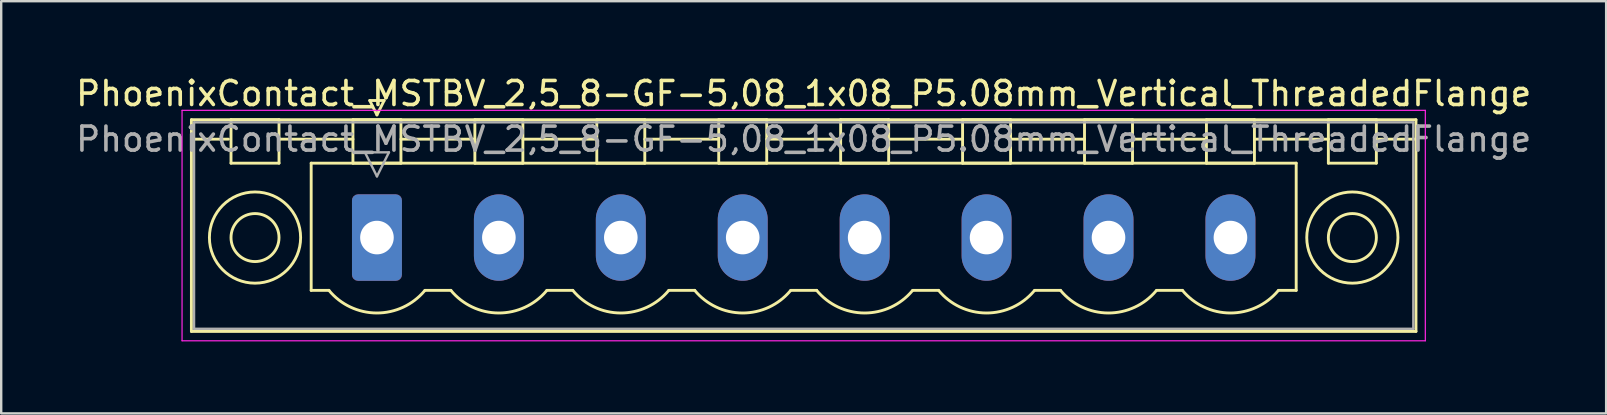
<source format=kicad_pcb>
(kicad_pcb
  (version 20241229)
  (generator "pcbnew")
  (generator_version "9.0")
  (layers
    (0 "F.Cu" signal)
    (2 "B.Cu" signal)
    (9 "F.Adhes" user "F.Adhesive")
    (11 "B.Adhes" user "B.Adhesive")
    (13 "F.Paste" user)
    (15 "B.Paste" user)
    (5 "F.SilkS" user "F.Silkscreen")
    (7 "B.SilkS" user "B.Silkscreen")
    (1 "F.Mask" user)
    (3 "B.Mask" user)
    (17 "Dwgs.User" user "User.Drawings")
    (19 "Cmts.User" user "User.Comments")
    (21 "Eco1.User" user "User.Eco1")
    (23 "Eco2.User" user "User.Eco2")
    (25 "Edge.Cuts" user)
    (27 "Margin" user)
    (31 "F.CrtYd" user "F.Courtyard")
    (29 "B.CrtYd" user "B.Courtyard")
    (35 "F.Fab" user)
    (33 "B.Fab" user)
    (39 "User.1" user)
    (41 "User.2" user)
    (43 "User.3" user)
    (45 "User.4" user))
  (footprint "PhoenixContact_MSTBV_2,5_8-GF-5,08_1x08_P5.08mm_Vertical_ThreadedFlange"
    (layer "F.Cu")
    (at 12.655 6.848)
    (property "Reference" "PhoenixContact_MSTBV_2,5_8-GF-5,08_1x08_P5.08mm_Vertical_ThreadedFlange" (at 17.78 -6 0) (layer "F.SilkS") (effects (font (size 1 1) (thickness 0.15))))
    (attr through_hole)
    (fp_line (start -7.73 -4.91) (end -7.73 3.91) (stroke (width 0.12) (type solid)) (layer "F.SilkS"))
    (fp_line (start -7.73 -4.1) (end -6.19 -4.1) (stroke (width 0.12) (type solid)) (layer "F.SilkS"))
    (fp_line (start -7.73 3.91) (end 43.29 3.91) (stroke (width 0.12) (type solid)) (layer "F.SilkS"))
    (fp_line (start -6.08 -4.91) (end -4.08 -4.91) (stroke (width 0.12) (type solid)) (layer "F.SilkS"))
    (fp_line (start -6.08 -3.1) (end -6.08 -4.91) (stroke (width 0.12) (type solid)) (layer "F.SilkS"))
    (fp_line (start -4.08 -4.91) (end -4.08 -3.1) (stroke (width 0.12) (type solid)) (layer "F.SilkS"))
    (fp_line (start -4.08 -4.1) (end -1 -4.1) (stroke (width 0.12) (type solid)) (layer "F.SilkS"))
    (fp_line (start -4.08 -3.1) (end -6.08 -3.1) (stroke (width 0.12) (type solid)) (layer "F.SilkS"))
    (fp_line (start -2.74 -3.1) (end 38.3 -3.1) (stroke (width 0.12) (type solid)) (layer "F.SilkS"))
    (fp_line (start -2.74 2.2) (end -2.74 -3.1) (stroke (width 0.12) (type solid)) (layer "F.SilkS"))
    (fp_line (start -2 2.2) (end -2.74 2.2) (stroke (width 0.12) (type solid)) (layer "F.SilkS"))
    (fp_line (start -1 -4.91) (end 1 -4.91) (stroke (width 0.12) (type solid)) (layer "F.SilkS"))
    (fp_line (start -1 -3.1) (end -1 -4.91) (stroke (width 0.12) (type solid)) (layer "F.SilkS"))
    (fp_line (start -0.3 -5.71) (end 0.3 -5.71) (stroke (width 0.12) (type solid)) (layer "F.SilkS"))
    (fp_line (start 0 -5.11) (end -0.3 -5.71) (stroke (width 0.12) (type solid)) (layer "F.SilkS"))
    (fp_line (start 0.3 -5.71) (end 0 -5.11) (stroke (width 0.12) (type solid)) (layer "F.SilkS"))
    (fp_line (start 1 -4.91) (end 1 -3.1) (stroke (width 0.12) (type solid)) (layer "F.SilkS"))
    (fp_line (start 1 -4.1) (end 4.08 -4.1) (stroke (width 0.12) (type solid)) (layer "F.SilkS"))
    (fp_line (start 1 -3.1) (end -1 -3.1) (stroke (width 0.12) (type solid)) (layer "F.SilkS"))
    (fp_line (start 2 2.2) (end 3.08 2.2) (stroke (width 0.12) (type solid)) (layer "F.SilkS"))
    (fp_line (start 4.08 -4.91) (end 6.08 -4.91) (stroke (width 0.12) (type solid)) (layer "F.SilkS"))
    (fp_line (start 4.08 -3.1) (end 4.08 -4.91) (stroke (width 0.12) (type solid)) (layer "F.SilkS"))
    (fp_line (start 6.08 -4.91) (end 6.08 -3.1) (stroke (width 0.12) (type solid)) (layer "F.SilkS"))
    (fp_line (start 6.08 -4.1) (end 9.16 -4.1) (stroke (width 0.12) (type solid)) (layer "F.SilkS"))
    (fp_line (start 6.08 -3.1) (end 4.08 -3.1) (stroke (width 0.12) (type solid)) (layer "F.SilkS"))
    (fp_line (start 7.08 2.2) (end 8.16 2.2) (stroke (width 0.12) (type solid)) (layer "F.SilkS"))
    (fp_line (start 9.16 -4.91) (end 11.16 -4.91) (stroke (width 0.12) (type solid)) (layer "F.SilkS"))
    (fp_line (start 9.16 -3.1) (end 9.16 -4.91) (stroke (width 0.12) (type solid)) (layer "F.SilkS"))
    (fp_line (start 11.16 -4.91) (end 11.16 -3.1) (stroke (width 0.12) (type solid)) (layer "F.SilkS"))
    (fp_line (start 11.16 -4.1) (end 14.24 -4.1) (stroke (width 0.12) (type solid)) (layer "F.SilkS"))
    (fp_line (start 11.16 -3.1) (end 9.16 -3.1) (stroke (width 0.12) (type solid)) (layer "F.SilkS"))
    (fp_line (start 12.16 2.2) (end 13.24 2.2) (stroke (width 0.12) (type solid)) (layer "F.SilkS"))
    (fp_line (start 14.24 -4.91) (end 16.24 -4.91) (stroke (width 0.12) (type solid)) (layer "F.SilkS"))
    (fp_line (start 14.24 -3.1) (end 14.24 -4.91) (stroke (width 0.12) (type solid)) (layer "F.SilkS"))
    (fp_line (start 16.24 -4.91) (end 16.24 -3.1) (stroke (width 0.12) (type solid)) (layer "F.SilkS"))
    (fp_line (start 16.24 -4.1) (end 19.32 -4.1) (stroke (width 0.12) (type solid)) (layer "F.SilkS"))
    (fp_line (start 16.24 -3.1) (end 14.24 -3.1) (stroke (width 0.12) (type solid)) (layer "F.SilkS"))
    (fp_line (start 17.24 2.2) (end 18.32 2.2) (stroke (width 0.12) (type solid)) (layer "F.SilkS"))
    (fp_line (start 19.32 -4.91) (end 21.32 -4.91) (stroke (width 0.12) (type solid)) (layer "F.SilkS"))
    (fp_line (start 19.32 -3.1) (end 19.32 -4.91) (stroke (width 0.12) (type solid)) (layer "F.SilkS"))
    (fp_line (start 21.32 -4.91) (end 21.32 -3.1) (stroke (width 0.12) (type solid)) (layer "F.SilkS"))
    (fp_line (start 21.32 -4.1) (end 24.4 -4.1) (stroke (width 0.12) (type solid)) (layer "F.SilkS"))
    (fp_line (start 21.32 -3.1) (end 19.32 -3.1) (stroke (width 0.12) (type solid)) (layer "F.SilkS"))
    (fp_line (start 22.32 2.2) (end 23.4 2.2) (stroke (width 0.12) (type solid)) (layer "F.SilkS"))
    (fp_line (start 24.4 -4.91) (end 26.4 -4.91) (stroke (width 0.12) (type solid)) (layer "F.SilkS"))
    (fp_line (start 24.4 -3.1) (end 24.4 -4.91) (stroke (width 0.12) (type solid)) (layer "F.SilkS"))
    (fp_line (start 26.4 -4.91) (end 26.4 -3.1) (stroke (width 0.12) (type solid)) (layer "F.SilkS"))
    (fp_line (start 26.4 -4.1) (end 29.48 -4.1) (stroke (width 0.12) (type solid)) (layer "F.SilkS"))
    (fp_line (start 26.4 -3.1) (end 24.4 -3.1) (stroke (width 0.12) (type solid)) (layer "F.SilkS"))
    (fp_line (start 27.4 2.2) (end 28.48 2.2) (stroke (width 0.12) (type solid)) (layer "F.SilkS"))
    (fp_line (start 29.48 -4.91) (end 31.48 -4.91) (stroke (width 0.12) (type solid)) (layer "F.SilkS"))
    (fp_line (start 29.48 -3.1) (end 29.48 -4.91) (stroke (width 0.12) (type solid)) (layer "F.SilkS"))
    (fp_line (start 31.48 -4.91) (end 31.48 -3.1) (stroke (width 0.12) (type solid)) (layer "F.SilkS"))
    (fp_line (start 31.48 -4.1) (end 34.56 -4.1) (stroke (width 0.12) (type solid)) (layer "F.SilkS"))
    (fp_line (start 31.48 -3.1) (end 29.48 -3.1) (stroke (width 0.12) (type solid)) (layer "F.SilkS"))
    (fp_line (start 32.48 2.2) (end 33.56 2.2) (stroke (width 0.12) (type solid)) (layer "F.SilkS"))
    (fp_line (start 34.56 -4.91) (end 36.56 -4.91) (stroke (width 0.12) (type solid)) (layer "F.SilkS"))
    (fp_line (start 34.56 -3.1) (end 34.56 -4.91) (stroke (width 0.12) (type solid)) (layer "F.SilkS"))
    (fp_line (start 36.56 -4.91) (end 36.56 -3.1) (stroke (width 0.12) (type solid)) (layer "F.SilkS"))
    (fp_line (start 36.56 -4.1) (end 39.64 -4.1) (stroke (width 0.12) (type solid)) (layer "F.SilkS"))
    (fp_line (start 36.56 -3.1) (end 34.56 -3.1) (stroke (width 0.12) (type solid)) (layer "F.SilkS"))
    (fp_line (start 38.3 -3.1) (end 38.3 2.2) (stroke (width 0.12) (type solid)) (layer "F.SilkS"))
    (fp_line (start 38.3 2.2) (end 37.56 2.2) (stroke (width 0.12) (type solid)) (layer "F.SilkS"))
    (fp_line (start 39.64 -4.91) (end 41.64 -4.91) (stroke (width 0.12) (type solid)) (layer "F.SilkS"))
    (fp_line (start 39.64 -3.1) (end 39.64 -4.91) (stroke (width 0.12) (type solid)) (layer "F.SilkS"))
    (fp_line (start 41.64 -4.91) (end 41.64 -3.1) (stroke (width 0.12) (type solid)) (layer "F.SilkS"))
    (fp_line (start 41.64 -3.1) (end 39.64 -3.1) (stroke (width 0.12) (type solid)) (layer "F.SilkS"))
    (fp_line (start 43.29 -4.91) (end -7.73 -4.91) (stroke (width 0.12) (type solid)) (layer "F.SilkS"))
    (fp_line (start 43.29 -4.1) (end 41.75 -4.1) (stroke (width 0.12) (type solid)) (layer "F.SilkS"))
    (fp_line (start 43.29 3.91) (end 43.29 -4.91) (stroke (width 0.12) (type solid)) (layer "F.SilkS"))
    (fp_arc (start 1.986842 2.215821) (mid -0.010289 3.142758) (end -2 2.2) (stroke (width 0.12) (type solid)) (layer "F.SilkS"))
    (fp_arc (start 7.066842 2.215821) (mid 5.069711 3.142758) (end 3.08 2.2) (stroke (width 0.12) (type solid)) (layer "F.SilkS"))
    (fp_arc (start 12.146842 2.215821) (mid 10.149711 3.142758) (end 8.16 2.2) (stroke (width 0.12) (type solid)) (layer "F.SilkS"))
    (fp_arc (start 17.226842 2.215821) (mid 15.229711 3.142758) (end 13.24 2.2) (stroke (width 0.12) (type solid)) (layer "F.SilkS"))
    (fp_arc (start 22.306842 2.215821) (mid 20.309711 3.142758) (end 18.32 2.2) (stroke (width 0.12) (type solid)) (layer "F.SilkS"))
    (fp_arc (start 27.386842 2.215821) (mid 25.389711 3.142758) (end 23.4 2.2) (stroke (width 0.12) (type solid)) (layer "F.SilkS"))
    (fp_arc (start 32.466842 2.215821) (mid 30.469711 3.142758) (end 28.48 2.2) (stroke (width 0.12) (type solid)) (layer "F.SilkS"))
    (fp_arc (start 37.546842 2.215821) (mid 35.549711 3.142758) (end 33.56 2.2) (stroke (width 0.12) (type solid)) (layer "F.SilkS"))
    (fp_circle (center -5.08 0) (end -4.08 0) (stroke (width 0.12) (type solid)) (fill no) (layer "F.SilkS"))
    (fp_circle (center -5.08 0) (end -3.18 0) (stroke (width 0.12) (type solid)) (fill no) (layer "F.SilkS"))
    (fp_circle (center 40.64 0) (end 41.64 0) (stroke (width 0.12) (type solid)) (fill no) (layer "F.SilkS"))
    (fp_circle (center 40.64 0) (end 42.54 0) (stroke (width 0.12) (type solid)) (fill no) (layer "F.SilkS"))
    (fp_line (start -8.12 -5.3) (end -8.12 4.3) (stroke (width 0.05) (type solid)) (layer "F.CrtYd"))
    (fp_line (start -8.12 4.3) (end 43.68 4.3) (stroke (width 0.05) (type solid)) (layer "F.CrtYd"))
    (fp_line (start 43.68 -5.3) (end -8.12 -5.3) (stroke (width 0.05) (type solid)) (layer "F.CrtYd"))
    (fp_line (start 43.68 4.3) (end 43.68 -5.3) (stroke (width 0.05) (type solid)) (layer "F.CrtYd"))
    (fp_line (start -7.62 -4.8) (end -7.62 3.8) (stroke (width 0.1) (type solid)) (layer "F.Fab"))
    (fp_line (start -7.62 3.8) (end 43.18 3.8) (stroke (width 0.1) (type solid)) (layer "F.Fab"))
    (fp_line (start -0.5 -3.55) (end 0.5 -3.55) (stroke (width 0.1) (type solid)) (layer "F.Fab"))
    (fp_line (start 0 -2.55) (end -0.5 -3.55) (stroke (width 0.1) (type solid)) (layer "F.Fab"))
    (fp_line (start 0.5 -3.55) (end 0 -2.55) (stroke (width 0.1) (type solid)) (layer "F.Fab"))
    (fp_line (start 43.18 -4.8) (end -7.62 -4.8) (stroke (width 0.1) (type solid)) (layer "F.Fab"))
    (fp_line (start 43.18 3.8) (end 43.18 -4.8) (stroke (width 0.1) (type solid)) (layer "F.Fab"))
    (fp_text user "${REFERENCE}" (at 17.78 -4.1 0) (layer "F.Fab") (effects (font (size 1 1) (thickness 0.15))))
    (pad "1" thru_hole roundrect (at 0 0) (size 2.08 3.6) (drill 1.4) (layers "*.Cu" "*.Mask") (roundrect_rratio 0.12))
    (pad "2" thru_hole oval (at 5.08 0) (size 2.08 3.6) (drill 1.4) (layers "*.Cu" "*.Mask"))
    (pad "3" thru_hole oval (at 10.16 0) (size 2.08 3.6) (drill 1.4) (layers "*.Cu" "*.Mask"))
    (pad "4" thru_hole oval (at 15.24 0) (size 2.08 3.6) (drill 1.4) (layers "*.Cu" "*.Mask"))
    (pad "5" thru_hole oval (at 20.32 0) (size 2.08 3.6) (drill 1.4) (layers "*.Cu" "*.Mask"))
    (pad "6" thru_hole oval (at 25.4 0) (size 2.08 3.6) (drill 1.4) (layers "*.Cu" "*.Mask"))
    (pad "7" thru_hole oval (at 30.48 0) (size 2.08 3.6) (drill 1.4) (layers "*.Cu" "*.Mask"))
    (pad "8" thru_hole oval (at 35.56 0) (size 2.08 3.6) (drill 1.4) (layers "*.Cu" "*.Mask")))
  (gr_rect
    (start -3 -3)
    (end 63.869 14.173)
    (stroke (width 0.1) (type default))
    (fill no)
    (layer "Edge.Cuts")))
</source>
